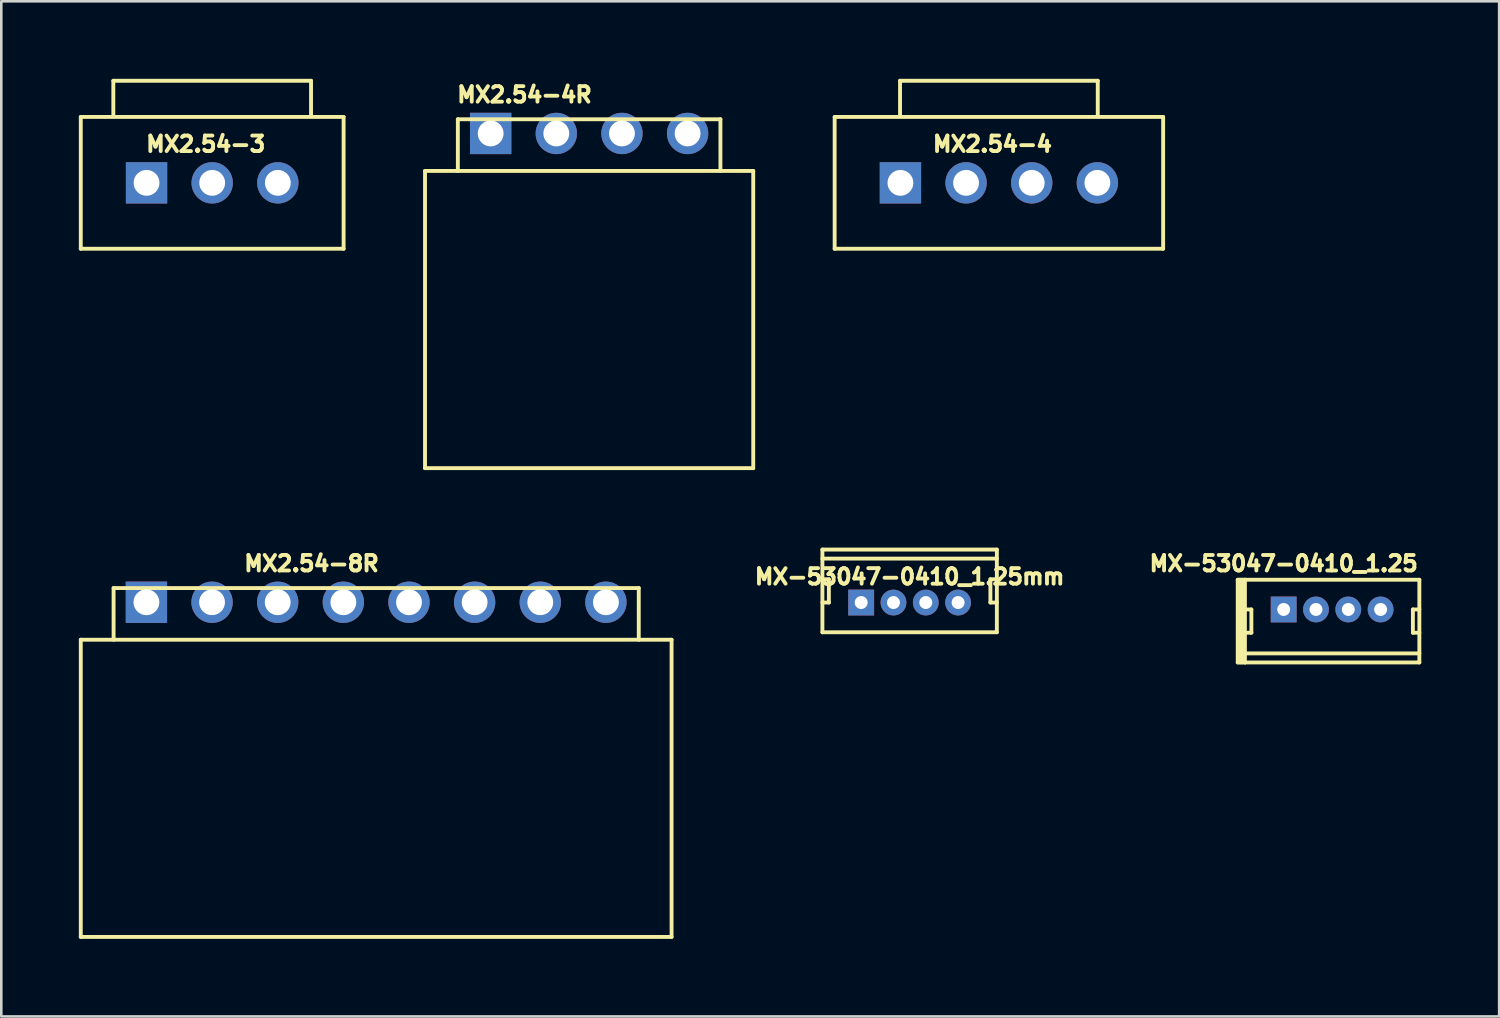
<source format=kicad_pcb>
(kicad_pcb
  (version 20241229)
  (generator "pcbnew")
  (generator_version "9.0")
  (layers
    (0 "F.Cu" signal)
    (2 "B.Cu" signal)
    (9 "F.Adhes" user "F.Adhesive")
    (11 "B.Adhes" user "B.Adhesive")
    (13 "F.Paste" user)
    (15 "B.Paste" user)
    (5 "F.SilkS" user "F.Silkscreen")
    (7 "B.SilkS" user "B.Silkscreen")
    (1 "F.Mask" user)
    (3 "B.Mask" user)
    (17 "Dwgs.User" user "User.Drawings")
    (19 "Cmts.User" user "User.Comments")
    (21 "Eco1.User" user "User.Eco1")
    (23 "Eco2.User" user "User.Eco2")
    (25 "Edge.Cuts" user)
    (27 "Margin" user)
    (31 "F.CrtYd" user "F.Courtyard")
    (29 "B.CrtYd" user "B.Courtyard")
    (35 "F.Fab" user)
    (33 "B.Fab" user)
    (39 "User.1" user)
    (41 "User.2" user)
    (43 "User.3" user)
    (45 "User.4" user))
  (footprint "MX2.54-8R"
    (layer "F.Cu")
    (at 11.505 20.253)
    (property "Reference" "MX2.54-8R" (at -2.5 -1.5 0) (layer "F.SilkS") (effects (font (size 0.6 0.6) (thickness 0.15))))
    (attr through_hole)
    (fp_line (start -11.43 1.45) (end -11.43 12.95) (stroke (width 0.15) (type solid)) (layer "F.SilkS"))
    (fp_line (start -11.43 1.45) (end 11.43 1.45) (stroke (width 0.15) (type solid)) (layer "F.SilkS"))
    (fp_line (start -10.16 -0.55) (end -10.16 1.45) (stroke (width 0.15) (type solid)) (layer "F.SilkS"))
    (fp_line (start -10.16 -0.55) (end 10.16 -0.55) (stroke (width 0.15) (type solid)) (layer "F.SilkS"))
    (fp_line (start 10.16 1.45) (end 10.16 -0.55) (stroke (width 0.15) (type solid)) (layer "F.SilkS"))
    (fp_line (start 11.43 1.45) (end 11.43 12.95) (stroke (width 0.15) (type solid)) (layer "F.SilkS"))
    (fp_line (start 11.43 12.95) (end -11.43 12.95) (stroke (width 0.15) (type solid)) (layer "F.SilkS"))
    (pad "1" thru_hole rect (at -8.89 0) (size 1.6 1.6) (drill 1) (layers "*.Cu" "*.Mask"))
    (pad "2" thru_hole circle (at -6.35 0) (size 1.6 1.6) (drill 1) (layers "*.Cu" "*.Mask"))
    (pad "3" thru_hole circle (at -3.81 0) (size 1.6 1.6) (drill 1) (layers "*.Cu" "*.Mask"))
    (pad "4" thru_hole circle (at -1.27 0) (size 1.6 1.6) (drill 1) (layers "*.Cu" "*.Mask"))
    (pad "5" thru_hole circle (at 1.27 0) (size 1.6 1.6) (drill 1) (layers "*.Cu" "*.Mask"))
    (pad "6" thru_hole circle (at 3.81 0) (size 1.6 1.6) (drill 1) (layers "*.Cu" "*.Mask"))
    (pad "7" thru_hole circle (at 6.35 0) (size 1.6 1.6) (drill 1) (layers "*.Cu" "*.Mask"))
    (pad "8" thru_hole circle (at 8.89 0) (size 1.6 1.6) (drill 1) (layers "*.Cu" "*.Mask")))
  (footprint "MX-53047-0410_1.25"
    (layer "F.Cu")
    (at 46.619 20.532)
    (property "Reference" "MX-53047-0410_1.25" (at 0 -1.778 0) (layer "F.SilkS") (effects (font (size 0.6 0.6) (thickness 0.15))))
    (attr through_hole)
    (fp_line (start -1.778 -1.15) (end -1.5 -1.15) (stroke (width 0.15) (type solid)) (layer "F.SilkS"))
    (fp_line (start -1.778 2.05) (end -1.778 -1.15) (stroke (width 0.15) (type solid)) (layer "F.SilkS"))
    (fp_line (start -1.69 -1.15) (end -1.69 2.05) (stroke (width 0.15) (type solid)) (layer "F.SilkS"))
    (fp_line (start -1.6 -1.15) (end -1.6 2.05) (stroke (width 0.15) (type solid)) (layer "F.SilkS"))
    (fp_line (start -1.5 -1.15) (end 5.25 -1.15) (stroke (width 0.15) (type solid)) (layer "F.SilkS"))
    (fp_line (start -1.5 0) (end -1.25 0) (stroke (width 0.15) (type solid)) (layer "F.SilkS"))
    (fp_line (start -1.5 2.05) (end -1.778 2.05) (stroke (width 0.15) (type solid)) (layer "F.SilkS"))
    (fp_line (start -1.5 2.05) (end -1.5 -1.15) (stroke (width 0.15) (type solid)) (layer "F.SilkS"))
    (fp_line (start -1.25 0) (end -1.25 0.9) (stroke (width 0.15) (type solid)) (layer "F.SilkS"))
    (fp_line (start -1.25 0.9) (end -1.5 0.9) (stroke (width 0.15) (type solid)) (layer "F.SilkS"))
    (fp_line (start 5 0) (end 5 0.9) (stroke (width 0.15) (type solid)) (layer "F.SilkS"))
    (fp_line (start 5 0.9) (end 5.25 0.9) (stroke (width 0.15) (type solid)) (layer "F.SilkS"))
    (fp_line (start 5.25 -1.15) (end 5.25 2.05) (stroke (width 0.15) (type solid)) (layer "F.SilkS"))
    (fp_line (start 5.25 0) (end 5 0) (stroke (width 0.15) (type solid)) (layer "F.SilkS"))
    (fp_line (start 5.25 1.7) (end -1.5 1.7) (stroke (width 0.15) (type solid)) (layer "F.SilkS"))
    (fp_line (start 5.25 2.05) (end -1.5 2.05) (stroke (width 0.15) (type solid)) (layer "F.SilkS"))
    (pad "1" thru_hole rect (at 0 0) (size 1 1) (drill 0.5) (layers "*.Cu" "*.Mask"))
    (pad "2" thru_hole circle (at 1.25 0) (size 1 1) (drill 0.5) (layers "*.Cu" "*.Mask"))
    (pad "3" thru_hole circle (at 2.5 0) (size 1 1) (drill 0.5) (layers "*.Cu" "*.Mask"))
    (pad "4" thru_hole circle (at 3.75 0) (size 1 1) (drill 0.5) (layers "*.Cu" "*.Mask")))
  (footprint "MX2.54-4R"
    (layer "F.Cu")
    (at 19.745 2.114)
    (property "Reference" "MX2.54-4R" (at -2.5 -1.5 0) (layer "F.SilkS") (effects (font (size 0.6 0.6) (thickness 0.15))))
    (attr through_hole)
    (fp_line (start -6.35 1.45) (end -6.35 12.95) (stroke (width 0.15) (type solid)) (layer "F.SilkS"))
    (fp_line (start -6.35 1.45) (end 6.35 1.45) (stroke (width 0.15) (type solid)) (layer "F.SilkS"))
    (fp_line (start -5.08 -0.55) (end -5.08 1.45) (stroke (width 0.15) (type solid)) (layer "F.SilkS"))
    (fp_line (start -5.08 -0.55) (end 5.08 -0.55) (stroke (width 0.15) (type solid)) (layer "F.SilkS"))
    (fp_line (start 5.08 1.45) (end 5.08 -0.55) (stroke (width 0.15) (type solid)) (layer "F.SilkS"))
    (fp_line (start 6.35 1.45) (end 6.35 12.95) (stroke (width 0.15) (type solid)) (layer "F.SilkS"))
    (fp_line (start 6.35 12.95) (end -6.35 12.95) (stroke (width 0.15) (type solid)) (layer "F.SilkS"))
    (pad "1" thru_hole rect (at -3.81 0) (size 1.6 1.6) (drill 1) (layers "*.Cu" "*.Mask"))
    (pad "2" thru_hole circle (at -1.27 0) (size 1.6 1.6) (drill 1) (layers "*.Cu" "*.Mask"))
    (pad "3" thru_hole circle (at 1.27 0) (size 1.6 1.6) (drill 1) (layers "*.Cu" "*.Mask"))
    (pad "4" thru_hole circle (at 3.81 0) (size 1.6 1.6) (drill 1) (layers "*.Cu" "*.Mask")))
  (footprint "MX2.54-4"
    (layer "F.Cu")
    (at 35.6 4.025)
    (property "Reference" "MX2.54-4" (at -0.25 -1.5 0) (layer "F.SilkS") (effects (font (size 0.6 0.6) (thickness 0.15))))
    (attr through_hole)
    (fp_line (start -6.355 -2.55) (end -6.355 2.55) (stroke (width 0.15) (type solid)) (layer "F.SilkS"))
    (fp_line (start -6.355 2.55) (end 6.355 2.55) (stroke (width 0.15) (type solid)) (layer "F.SilkS"))
    (fp_line (start -3.825 -3.95) (end -3.825 -2.6) (stroke (width 0.15) (type solid)) (layer "F.SilkS"))
    (fp_line (start 3.825 -3.95) (end -3.825 -3.95) (stroke (width 0.15) (type solid)) (layer "F.SilkS"))
    (fp_line (start 3.825 -2.6) (end 3.825 -3.95) (stroke (width 0.15) (type solid)) (layer "F.SilkS"))
    (fp_line (start 6.355 -2.55) (end -6.355 -2.55) (stroke (width 0.15) (type solid)) (layer "F.SilkS"))
    (fp_line (start 6.355 2.55) (end 6.355 -2.55) (stroke (width 0.15) (type solid)) (layer "F.SilkS"))
    (pad "1" thru_hole rect (at -3.81 0) (size 1.6 1.6) (drill 1) (layers "*.Cu" "*.Mask"))
    (pad "2" thru_hole circle (at -1.27 0) (size 1.6 1.6) (drill 1) (layers "*.Cu" "*.Mask"))
    (pad "3" thru_hole circle (at 1.27 0) (size 1.6 1.6) (drill 1) (layers "*.Cu" "*.Mask"))
    (pad "4" thru_hole circle (at 3.81 0) (size 1.6 1.6) (drill 1) (layers "*.Cu" "*.Mask")))
  (footprint "MX-53047-0410_1.25mm"
    (layer "F.Cu")
    (at 32.146 20.264)
    (property "Reference" "MX-53047-0410_1.25mm" (at 0 -1 180) (layer "F.SilkS") (effects (font (size 0.6 0.6) (thickness 0.15))))
    (attr through_hole)
    (fp_line (start -3.375 -2.05) (end 3.375 -2.05) (stroke (width 0.15) (type solid)) (layer "F.SilkS"))
    (fp_line (start -3.375 -1.7) (end 3.375 -1.7) (stroke (width 0.15) (type solid)) (layer "F.SilkS"))
    (fp_line (start -3.375 0) (end -3.125 0) (stroke (width 0.15) (type solid)) (layer "F.SilkS"))
    (fp_line (start -3.375 1.15) (end -3.375 -2.05) (stroke (width 0.15) (type solid)) (layer "F.SilkS"))
    (fp_line (start -3.125 -0.9) (end -3.375 -0.9) (stroke (width 0.15) (type solid)) (layer "F.SilkS"))
    (fp_line (start -3.125 0) (end -3.125 -0.9) (stroke (width 0.15) (type solid)) (layer "F.SilkS"))
    (fp_line (start 3.125 -0.9) (end 3.375 -0.9) (stroke (width 0.15) (type solid)) (layer "F.SilkS"))
    (fp_line (start 3.125 0) (end 3.125 -0.9) (stroke (width 0.15) (type solid)) (layer "F.SilkS"))
    (fp_line (start 3.375 -2.05) (end 3.375 1.15) (stroke (width 0.15) (type solid)) (layer "F.SilkS"))
    (fp_line (start 3.375 0) (end 3.125 0) (stroke (width 0.15) (type solid)) (layer "F.SilkS"))
    (fp_line (start 3.375 1.15) (end -3.375 1.15) (stroke (width 0.15) (type solid)) (layer "F.SilkS"))
    (pad "1" thru_hole rect (at -1.875 0) (size 1 1) (drill 0.5) (layers "*.Cu" "*.Mask"))
    (pad "2" thru_hole circle (at -0.625 0) (size 1 1) (drill 0.5) (layers "*.Cu" "*.Mask"))
    (pad "3" thru_hole circle (at 0.625 0) (size 1 1) (drill 0.5) (layers "*.Cu" "*.Mask"))
    (pad "4" thru_hole circle (at 1.875 0) (size 1 1) (drill 0.5) (layers "*.Cu" "*.Mask")))
  (footprint "MX2.54-3"
    (layer "F.Cu")
    (at 5.16 4.025)
    (property "Reference" "MX2.54-3" (at -0.25 -1.5 0) (layer "F.SilkS") (effects (font (size 0.6 0.6) (thickness 0.15))))
    (attr through_hole)
    (fp_line (start -5.085 -2.55) (end -5.085 2.55) (stroke (width 0.15) (type solid)) (layer "F.SilkS"))
    (fp_line (start -5.085 2.55) (end 5.085 2.55) (stroke (width 0.15) (type solid)) (layer "F.SilkS"))
    (fp_line (start -3.825 -3.95) (end -3.825 -2.6) (stroke (width 0.15) (type solid)) (layer "F.SilkS"))
    (fp_line (start 3.825 -3.95) (end -3.825 -3.95) (stroke (width 0.15) (type solid)) (layer "F.SilkS"))
    (fp_line (start 3.825 -2.6) (end 3.825 -3.95) (stroke (width 0.15) (type solid)) (layer "F.SilkS"))
    (fp_line (start 5.085 -2.55) (end -5.085 -2.55) (stroke (width 0.15) (type solid)) (layer "F.SilkS"))
    (fp_line (start 5.085 2.55) (end 5.085 -2.55) (stroke (width 0.15) (type solid)) (layer "F.SilkS"))
    (pad "1" thru_hole rect (at -2.54 0) (size 1.6 1.6) (drill 1) (layers "*.Cu" "*.Mask"))
    (pad "2" thru_hole circle (at 0 0) (size 1.6 1.6) (drill 1) (layers "*.Cu" "*.Mask"))
    (pad "3" thru_hole circle (at 2.54 0) (size 1.6 1.6) (drill 1) (layers "*.Cu" "*.Mask")))
  (gr_rect
    (start -3 -3)
    (end 54.956 36.279)
    (stroke (width 0.1) (type default))
    (fill no)
    (layer "Edge.Cuts")))
</source>
